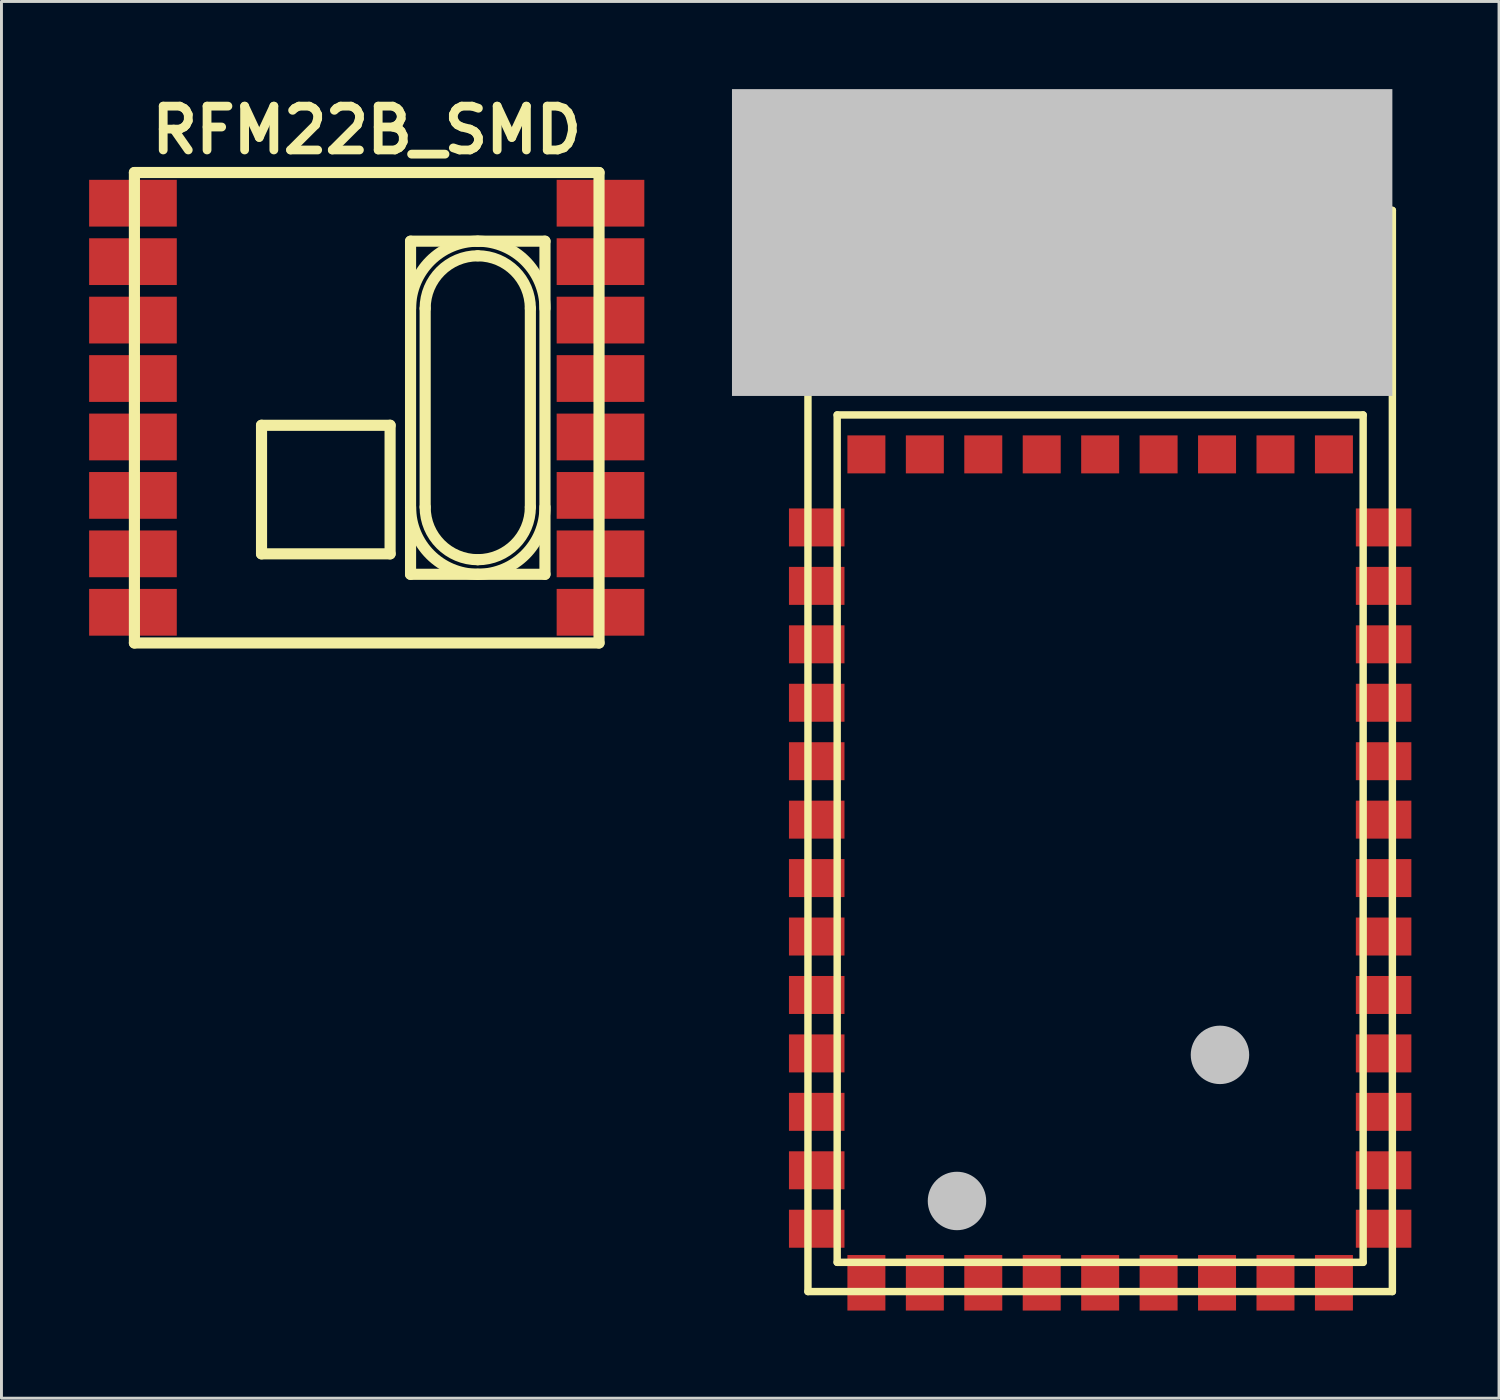
<source format=kicad_pcb>
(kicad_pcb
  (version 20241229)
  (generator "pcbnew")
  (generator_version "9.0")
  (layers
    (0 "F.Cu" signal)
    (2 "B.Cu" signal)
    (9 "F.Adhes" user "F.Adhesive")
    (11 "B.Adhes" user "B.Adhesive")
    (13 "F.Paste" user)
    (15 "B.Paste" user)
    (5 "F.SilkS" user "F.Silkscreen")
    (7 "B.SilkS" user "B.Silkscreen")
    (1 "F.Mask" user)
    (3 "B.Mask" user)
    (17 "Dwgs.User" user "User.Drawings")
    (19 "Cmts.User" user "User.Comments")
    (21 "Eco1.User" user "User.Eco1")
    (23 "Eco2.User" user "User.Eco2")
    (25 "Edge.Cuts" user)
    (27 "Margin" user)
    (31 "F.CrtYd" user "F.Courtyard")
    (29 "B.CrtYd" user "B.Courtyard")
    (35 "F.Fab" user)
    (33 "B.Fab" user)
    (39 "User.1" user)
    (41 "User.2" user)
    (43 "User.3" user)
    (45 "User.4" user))
  (footprint "roving_rn-131"
    (layer "F.Cu")
    (at 34.6 22.65)
    (property "Reference" "roving_rn-131" (at 0 -19.7 0) (layer "F.SilkS") (effects (font (size 1.524 1.524) (thickness 0.305))))
    (attr smd)
    (fp_line (start -10 -18.5) (end -10 18.5) (stroke (width 0.254) (type solid)) (layer "F.SilkS"))
    (fp_line (start -10 -18.5) (end 10 -18.5) (stroke (width 0.254) (type solid)) (layer "F.SilkS"))
    (fp_line (start -10 18.5) (end 10 18.5) (stroke (width 0.254) (type solid)) (layer "F.SilkS"))
    (fp_line (start -9 -17.8) (end 3.8 -17.8) (stroke (width 0.127) (type solid)) (layer "F.SilkS"))
    (fp_line (start -9 -14) (end -9 -17.8) (stroke (width 0.127) (type solid)) (layer "F.SilkS"))
    (fp_line (start -9 -11.5) (end -9 17.5) (stroke (width 0.254) (type solid)) (layer "F.SilkS"))
    (fp_line (start -9 -11.5) (end 9 -11.5) (stroke (width 0.254) (type solid)) (layer "F.SilkS"))
    (fp_line (start -9 17.5) (end 9 17.5) (stroke (width 0.254) (type solid)) (layer "F.SilkS"))
    (fp_line (start 3.8 -17.8) (end 3.8 -14) (stroke (width 0.127) (type solid)) (layer "F.SilkS"))
    (fp_line (start 3.8 -14) (end -9 -14) (stroke (width 0.127) (type solid)) (layer "F.SilkS"))
    (fp_line (start 6.2 -14.9) (end 6.2 -17.1) (stroke (width 0.127) (type solid)) (layer "F.SilkS"))
    (fp_line (start 6.4 -17.3) (end 8.6 -17.3) (stroke (width 0.127) (type solid)) (layer "F.SilkS"))
    (fp_line (start 8.6 -14.7) (end 6.4 -14.7) (stroke (width 0.127) (type solid)) (layer "F.SilkS"))
    (fp_line (start 8.8 -17.1) (end 8.8 -14.9) (stroke (width 0.127) (type solid)) (layer "F.SilkS"))
    (fp_line (start 9 -11.5) (end 9 17.5) (stroke (width 0.254) (type solid)) (layer "F.SilkS"))
    (fp_line (start 10 -18.5) (end 10 18.5) (stroke (width 0.254) (type solid)) (layer "F.SilkS"))
    (fp_arc (start 6.2 -17.1) (mid 6.258579 -17.241421) (end 6.4 -17.3) (stroke (width 0.127) (type solid)) (layer "F.SilkS"))
    (fp_arc (start 6.4 -14.7) (mid 6.258579 -14.758579) (end 6.2 -14.9) (stroke (width 0.127) (type solid)) (layer "F.SilkS"))
    (fp_arc (start 8.6 -17.3) (mid 8.741421 -17.241421) (end 8.8 -17.1) (stroke (width 0.127) (type solid)) (layer "F.SilkS"))
    (fp_arc (start 8.8 -14.9) (mid 8.741421 -14.758579) (end 8.6 -14.7) (stroke (width 0.127) (type solid)) (layer "F.SilkS"))
    (fp_circle (center 7.5 -16) (end 6.5 -16) (stroke (width 0.127) (type solid)) (fill no) (layer "F.SilkS"))
    (fp_circle (center 7.5 -16) (end 7.4 -16) (stroke (width 0.127) (type solid)) (fill no) (layer "F.SilkS"))
    (pad "" smd circle (at -4.9 15.4) (size 2 2) (layers "Dwgs.User"))
    (pad "" smd rect (at -1.3 -17.4) (size 22.6 10.5) (layers "Dwgs.User"))
    (pad "" smd circle (at 4.1 10.4) (size 2 2) (layers "Dwgs.User"))
    (pad "1" smd rect (at -9.7 -7.65) (size 1.9 1.3) (layers "F.Cu" "F.Mask" "F.Paste"))
    (pad "2" smd rect (at -9.7 -5.65) (size 1.9 1.3) (layers "F.Cu" "F.Mask" "F.Paste"))
    (pad "3" smd rect (at -9.7 -3.65) (size 1.9 1.3) (layers "F.Cu" "F.Mask" "F.Paste"))
    (pad "4" smd rect (at -9.7 -1.65) (size 1.9 1.3) (layers "F.Cu" "F.Mask" "F.Paste"))
    (pad "5" smd rect (at -9.7 0.35) (size 1.9 1.3) (layers "F.Cu" "F.Mask" "F.Paste"))
    (pad "6" smd rect (at -9.7 2.35) (size 1.9 1.3) (layers "F.Cu" "F.Mask" "F.Paste"))
    (pad "7" smd rect (at -9.7 4.35) (size 1.9 1.3) (layers "F.Cu" "F.Mask" "F.Paste"))
    (pad "8" smd rect (at -9.7 6.35) (size 1.9 1.3) (layers "F.Cu" "F.Mask" "F.Paste"))
    (pad "9" smd rect (at -9.7 8.35) (size 1.9 1.3) (layers "F.Cu" "F.Mask" "F.Paste"))
    (pad "10" smd rect (at -9.7 10.35) (size 1.9 1.3) (layers "F.Cu" "F.Mask" "F.Paste"))
    (pad "11" smd rect (at -9.7 12.35) (size 1.9 1.3) (layers "F.Cu" "F.Mask" "F.Paste"))
    (pad "12" smd rect (at -9.7 14.35) (size 1.9 1.3) (layers "F.Cu" "F.Mask" "F.Paste"))
    (pad "13" smd rect (at -9.7 16.35) (size 1.9 1.3) (layers "F.Cu" "F.Mask" "F.Paste"))
    (pad "14" smd rect (at -8 18.2) (size 1.3 1.9) (layers "F.Cu" "F.Mask" "F.Paste"))
    (pad "15" smd rect (at -6 18.2) (size 1.3 1.9) (layers "F.Cu" "F.Mask" "F.Paste"))
    (pad "16" smd rect (at -4 18.2) (size 1.3 1.9) (layers "F.Cu" "F.Mask" "F.Paste"))
    (pad "17" smd rect (at -2 18.2) (size 1.3 1.9) (layers "F.Cu" "F.Mask" "F.Paste"))
    (pad "18" smd rect (at 0 18.2) (size 1.3 1.9) (layers "F.Cu" "F.Mask" "F.Paste"))
    (pad "19" smd rect (at 2 18.2) (size 1.3 1.9) (layers "F.Cu" "F.Mask" "F.Paste"))
    (pad "20" smd rect (at 4 18.2) (size 1.3 1.9) (layers "F.Cu" "F.Mask" "F.Paste"))
    (pad "21" smd rect (at 6 18.2) (size 1.3 1.9) (layers "F.Cu" "F.Mask" "F.Paste"))
    (pad "22" smd rect (at 8 18.2) (size 1.3 1.9) (layers "F.Cu" "F.Mask" "F.Paste"))
    (pad "23" smd rect (at 9.7 16.35) (size 1.9 1.3) (layers "F.Cu" "F.Mask" "F.Paste"))
    (pad "24" smd rect (at 9.7 14.35) (size 1.9 1.3) (layers "F.Cu" "F.Mask" "F.Paste"))
    (pad "25" smd rect (at 9.7 12.35) (size 1.9 1.3) (layers "F.Cu" "F.Mask" "F.Paste"))
    (pad "26" smd rect (at 9.7 10.35) (size 1.9 1.3) (layers "F.Cu" "F.Mask" "F.Paste"))
    (pad "27" smd rect (at 9.7 8.35) (size 1.9 1.3) (layers "F.Cu" "F.Mask" "F.Paste"))
    (pad "28" smd rect (at 9.7 6.35) (size 1.9 1.3) (layers "F.Cu" "F.Mask" "F.Paste"))
    (pad "29" smd rect (at 9.7 4.35) (size 1.9 1.3) (layers "F.Cu" "F.Mask" "F.Paste"))
    (pad "30" smd rect (at 9.7 2.35) (size 1.9 1.3) (layers "F.Cu" "F.Mask" "F.Paste"))
    (pad "31" smd rect (at 9.7 0.35) (size 1.9 1.3) (layers "F.Cu" "F.Mask" "F.Paste"))
    (pad "32" smd rect (at 9.7 -1.65) (size 1.9 1.3) (layers "F.Cu" "F.Mask" "F.Paste"))
    (pad "33" smd rect (at 9.7 -3.65) (size 1.9 1.3) (layers "F.Cu" "F.Mask" "F.Paste"))
    (pad "34" smd rect (at 9.7 -5.65) (size 1.9 1.3) (layers "F.Cu" "F.Mask" "F.Paste"))
    (pad "35" smd rect (at 9.7 -7.65) (size 1.9 1.3) (layers "F.Cu" "F.Mask" "F.Paste"))
    (pad "36" smd rect (at 8 -10.15) (size 1.3 1.3) (layers "F.Cu" "F.Mask" "F.Paste"))
    (pad "37" smd rect (at 6 -10.15) (size 1.3 1.3) (layers "F.Cu" "F.Mask" "F.Paste"))
    (pad "38" smd rect (at 4 -10.15) (size 1.3 1.3) (layers "F.Cu" "F.Mask" "F.Paste"))
    (pad "39" smd rect (at 2 -10.15) (size 1.3 1.3) (layers "F.Cu" "F.Mask" "F.Paste"))
    (pad "40" smd rect (at 0 -10.15) (size 1.3 1.3) (layers "F.Cu" "F.Mask" "F.Paste"))
    (pad "41" smd rect (at -2 -10.15) (size 1.3 1.3) (layers "F.Cu" "F.Mask" "F.Paste"))
    (pad "42" smd rect (at -4 -10.15) (size 1.3 1.3) (layers "F.Cu" "F.Mask" "F.Paste"))
    (pad "43" smd rect (at -6 -10.15) (size 1.3 1.3) (layers "F.Cu" "F.Mask" "F.Paste"))
    (pad "44" smd rect (at -8 -10.15) (size 1.3 1.3) (layers "F.Cu" "F.Mask" "F.Paste")))
  (footprint "RFM22B_SMD"
    (layer "F.Cu")
    (at 9.5 10.904)
    (property "Reference" "RFM22B_SMD" (at 0 -9.5 0) (layer "F.SilkS") (effects (font (size 1.5 1.5) (thickness 0.3))))
    (attr smd)
    (fp_line (start -7.95 -8.05) (end 7.95 -8.05) (stroke (width 0.381) (type solid)) (layer "F.SilkS"))
    (fp_line (start -7.95 8.05) (end -7.95 -8.05) (stroke (width 0.381) (type solid)) (layer "F.SilkS"))
    (fp_line (start -3.6 0.6) (end 0.8 0.6) (stroke (width 0.381) (type solid)) (layer "F.SilkS"))
    (fp_line (start -3.6 5) (end -3.6 0.6) (stroke (width 0.381) (type solid)) (layer "F.SilkS"))
    (fp_line (start 0.8 0.6) (end 0.8 5) (stroke (width 0.381) (type solid)) (layer "F.SilkS"))
    (fp_line (start 0.8 5) (end -3.6 5) (stroke (width 0.381) (type solid)) (layer "F.SilkS"))
    (fp_line (start 1.5 -5.7) (end 6.1 -5.7) (stroke (width 0.381) (type solid)) (layer "F.SilkS"))
    (fp_line (start 1.5 5.7) (end 1.5 -5.7) (stroke (width 0.381) (type solid)) (layer "F.SilkS"))
    (fp_line (start 2 3.4) (end 2 -3.4) (stroke (width 0.381) (type solid)) (layer "F.SilkS"))
    (fp_line (start 5.6 -3.4) (end 5.6 3.4) (stroke (width 0.381) (type solid)) (layer "F.SilkS"))
    (fp_line (start 6.1 -5.7) (end 6.1 5.7) (stroke (width 0.381) (type solid)) (layer "F.SilkS"))
    (fp_line (start 6.1 5.7) (end 1.5 5.7) (stroke (width 0.381) (type solid)) (layer "F.SilkS"))
    (fp_line (start 7.95 -8.05) (end 7.95 8.05) (stroke (width 0.381) (type solid)) (layer "F.SilkS"))
    (fp_line (start 7.95 8.05) (end -7.95 8.05) (stroke (width 0.381) (type solid)) (layer "F.SilkS"))
    (fp_arc (start 1.5 -3.4) (mid 2.173654 -5.026346) (end 3.8 -5.7) (stroke (width 0.381) (type solid)) (layer "F.SilkS"))
    (fp_arc (start 2 -3.4) (mid 2.527208 -4.672792) (end 3.8 -5.2) (stroke (width 0.381) (type solid)) (layer "F.SilkS"))
    (fp_arc (start 3.8 -5.7) (mid 5.426346 -5.026346) (end 6.1 -3.4) (stroke (width 0.381) (type solid)) (layer "F.SilkS"))
    (fp_arc (start 3.8 -5.2) (mid 5.072792 -4.672792) (end 5.6 -3.4) (stroke (width 0.381) (type solid)) (layer "F.SilkS"))
    (fp_arc (start 3.8 5.2) (mid 2.527208 4.672792) (end 2 3.4) (stroke (width 0.381) (type solid)) (layer "F.SilkS"))
    (fp_arc (start 3.8 5.7) (mid 2.173654 5.026346) (end 1.5 3.4) (stroke (width 0.381) (type solid)) (layer "F.SilkS"))
    (fp_arc (start 5.6 3.4) (mid 5.072792 4.672792) (end 3.8 5.2) (stroke (width 0.381) (type solid)) (layer "F.SilkS"))
    (fp_arc (start 6.1 3.4) (mid 5.426346 5.026346) (end 3.8 5.7) (stroke (width 0.381) (type solid)) (layer "F.SilkS"))
    (pad "1" smd rect (at -8 -7) (size 3 1.6) (layers "F.Cu" "F.Mask" "F.Paste"))
    (pad "2" smd rect (at -8 -5) (size 3 1.6) (layers "F.Cu" "F.Mask" "F.Paste"))
    (pad "3" smd rect (at -8 -3) (size 3 1.6) (layers "F.Cu" "F.Mask" "F.Paste"))
    (pad "4" smd rect (at -8 -1) (size 3 1.6) (layers "F.Cu" "F.Mask" "F.Paste"))
    (pad "5" smd rect (at -8 1) (size 3 1.6) (layers "F.Cu" "F.Mask" "F.Paste"))
    (pad "6" smd rect (at -8 3) (size 3 1.6) (layers "F.Cu" "F.Mask" "F.Paste"))
    (pad "7" smd rect (at -8 5) (size 3 1.6) (layers "F.Cu" "F.Mask" "F.Paste"))
    (pad "8" smd rect (at -8 7) (size 3 1.6) (layers "F.Cu" "F.Mask" "F.Paste"))
    (pad "9" smd rect (at 8 7) (size 3 1.6) (layers "F.Cu" "F.Mask" "F.Paste"))
    (pad "10" smd rect (at 8 5) (size 3 1.6) (layers "F.Cu" "F.Mask" "F.Paste"))
    (pad "11" smd rect (at 8 3) (size 3 1.6) (layers "F.Cu" "F.Mask" "F.Paste"))
    (pad "12" smd rect (at 8 1) (size 3 1.6) (layers "F.Cu" "F.Mask" "F.Paste"))
    (pad "13" smd rect (at 8 -1) (size 3 1.6) (layers "F.Cu" "F.Mask" "F.Paste"))
    (pad "14" smd rect (at 8 -3) (size 3 1.6) (layers "F.Cu" "F.Mask" "F.Paste"))
    (pad "15" smd rect (at 8 -5) (size 3 1.6) (layers "F.Cu" "F.Mask" "F.Paste"))
    (pad "16" smd rect (at 8 -7) (size 3 1.6) (layers "F.Cu" "F.Mask" "F.Paste")))
  (gr_rect
    (start -3 -3)
    (end 48.25 44.8)
    (stroke (width 0.1) (type default))
    (fill no)
    (layer "Edge.Cuts")))
</source>
